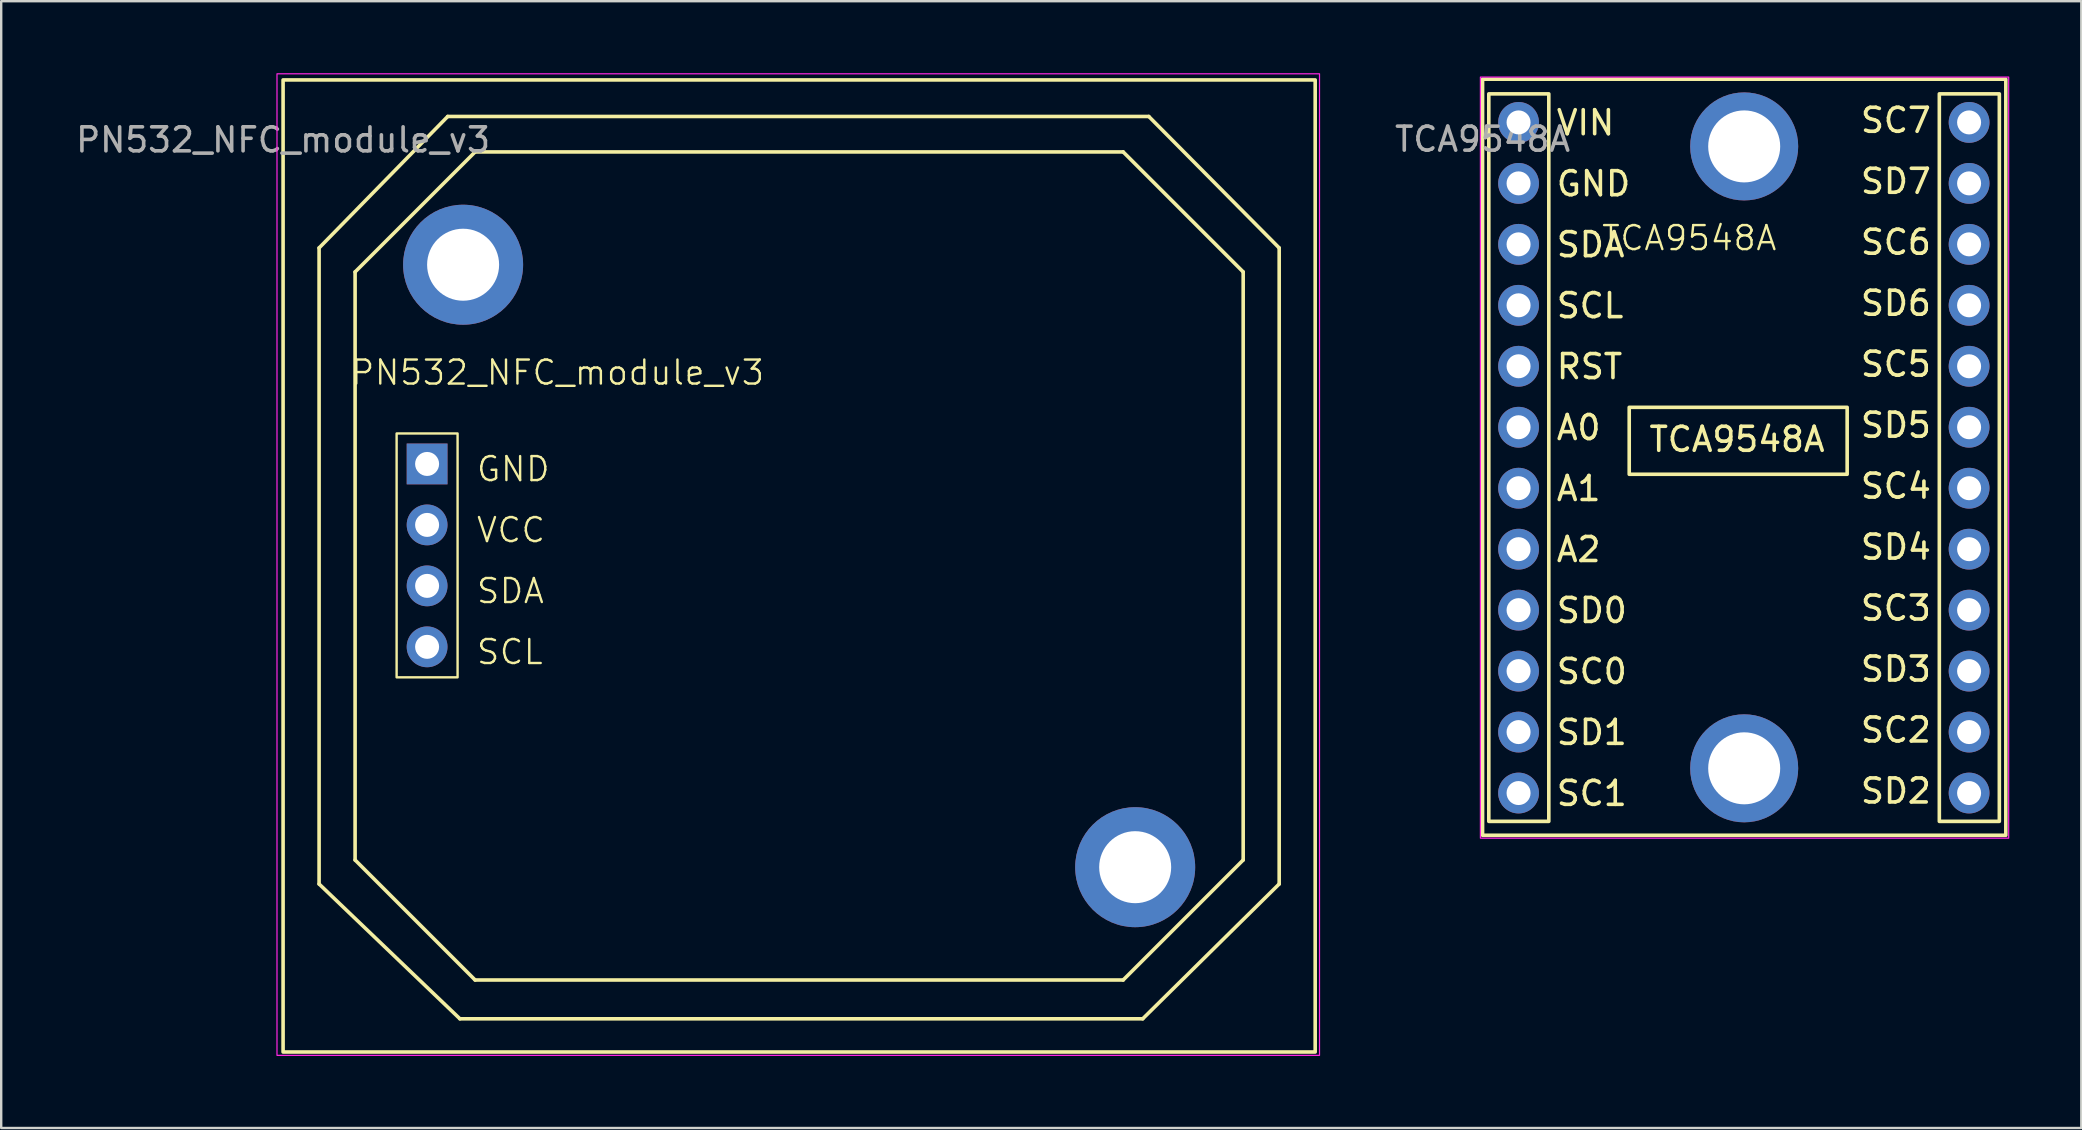
<source format=kicad_pcb>
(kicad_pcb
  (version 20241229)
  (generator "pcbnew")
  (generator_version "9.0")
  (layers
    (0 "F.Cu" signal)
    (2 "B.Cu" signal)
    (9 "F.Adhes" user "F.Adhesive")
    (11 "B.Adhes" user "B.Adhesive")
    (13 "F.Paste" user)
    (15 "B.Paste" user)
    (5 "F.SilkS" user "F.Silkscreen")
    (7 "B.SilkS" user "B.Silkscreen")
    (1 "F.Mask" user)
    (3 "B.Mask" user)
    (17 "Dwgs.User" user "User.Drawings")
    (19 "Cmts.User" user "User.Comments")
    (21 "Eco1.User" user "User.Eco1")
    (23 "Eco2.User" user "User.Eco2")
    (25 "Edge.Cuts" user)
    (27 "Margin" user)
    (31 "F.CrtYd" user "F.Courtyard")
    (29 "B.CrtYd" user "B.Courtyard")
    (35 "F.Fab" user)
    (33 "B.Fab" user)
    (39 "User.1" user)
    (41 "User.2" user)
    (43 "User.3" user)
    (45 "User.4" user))
  (footprint "TCA9548A"
    (layer "F.Cu")
    (at 58.717 0.25)
    (property "Reference" "TCA9548A" (at 8.61 6.62 0) (unlocked yes) (layer "F.SilkS") (effects (font (size 1 1) (thickness 0.1))))
    (attr through_hole)
    (fp_rect (start 0 0) (end 21.8 31.5) (stroke (width 0.15) (type default)) (fill no) (layer "F.SilkS"))
    (fp_rect (start 0.26 0.61) (end 2.76 30.92) (stroke (width 0.15) (type default)) (fill no) (layer "F.SilkS"))
    (fp_rect (start 19.03 0.61) (end 21.53 30.92) (stroke (width 0.15) (type default)) (fill no) (layer "F.SilkS"))
    (fp_circle (center 10.893 2.81) (end 12.533 4.68) (stroke (width 0.1) (type default)) (fill no) (layer "Margin"))
    (fp_circle (center 10.9 28.713) (end 12.54 30.583) (stroke (width 0.1) (type default)) (fill no) (layer "Margin"))
    (fp_rect (start -0.09 -0.09) (end 21.92 31.62) (stroke (width 0.05) (type default)) (fill no) (layer "F.CrtYd"))
    (fp_text user "SD0" (at 3 22.72 0) (unlocked yes) (layer "F.SilkS") (effects (font (size 1 1) (thickness 0.15)) (justify left bottom)))
    (fp_text user "SD3" (at 15.67 25.16 0) (unlocked yes) (layer "F.SilkS") (effects (font (size 1 1) (thickness 0.15)) (justify left bottom)))
    (fp_text user "SC7" (at 15.67 2.3 0) (unlocked yes) (layer "F.SilkS") (effects (font (size 1 1) (thickness 0.15)) (justify left bottom)))
    (fp_text user "SC6" (at 15.67 7.38 0) (unlocked yes) (layer "F.SilkS") (effects (font (size 1 1) (thickness 0.15)) (justify left bottom)))
    (fp_text user "GND" (at 3 4.94 0) (unlocked yes) (layer "F.SilkS") (effects (font (size 1 1) (thickness 0.15)) (justify left bottom)))
    (fp_text user "A1" (at 3 17.64 0) (unlocked yes) (layer "F.SilkS") (effects (font (size 1 1) (thickness 0.15)) (justify left bottom)))
    (fp_text user "SC3" (at 15.67 22.62 0) (unlocked yes) (layer "F.SilkS") (effects (font (size 1 1) (thickness 0.15)) (justify left bottom)))
    (fp_text user "A0" (at 3 15.1 0) (unlocked yes) (layer "F.SilkS") (effects (font (size 1 1) (thickness 0.15)) (justify left bottom)))
    (fp_text user "SD4" (at 15.67 20.08 0) (unlocked yes) (layer "F.SilkS") (effects (font (size 1 1) (thickness 0.15)) (justify left bottom)))
    (fp_text user "RST" (at 3 12.56 0) (unlocked yes) (layer "F.SilkS") (effects (font (size 1 1) (thickness 0.15)) (justify left bottom)))
    (fp_text user "SDA" (at 3 7.48 0) (unlocked yes) (layer "F.SilkS") (effects (font (size 1 1) (thickness 0.15)) (justify left bottom)))
    (fp_text user "SCL" (at 3 10.02 0) (unlocked yes) (layer "F.SilkS") (effects (font (size 1 1) (thickness 0.15)) (justify left bottom)))
    (fp_text user "SD7" (at 15.67 4.84 0) (unlocked yes) (layer "F.SilkS") (effects (font (size 1 1) (thickness 0.15)) (justify left bottom)))
    (fp_text user "SC1" (at 3 30.34 0) (unlocked yes) (layer "F.SilkS") (effects (font (size 1 1) (thickness 0.15)) (justify left bottom)))
    (fp_text user "SC5" (at 15.67 12.46 0) (unlocked yes) (layer "F.SilkS") (effects (font (size 1 1) (thickness 0.15)) (justify left bottom)))
    (fp_text user "VIN" (at 3 2.4 0) (unlocked yes) (layer "F.SilkS") (effects (font (size 1 1) (thickness 0.15)) (justify left bottom)))
    (fp_text user "SC0" (at 3 25.26 0) (unlocked yes) (layer "F.SilkS") (effects (font (size 1 1) (thickness 0.15)) (justify left bottom)))
    (fp_text user "SC2" (at 15.67 27.7 0) (unlocked yes) (layer "F.SilkS") (effects (font (size 1 1) (thickness 0.15)) (justify left bottom)))
    (fp_text user "SD5" (at 15.67 15 0) (unlocked yes) (layer "F.SilkS") (effects (font (size 1 1) (thickness 0.15)) (justify left bottom)))
    (fp_text user "SD2" (at 15.67 30.24 0) (unlocked yes) (layer "F.SilkS") (effects (font (size 1 1) (thickness 0.15)) (justify left bottom)))
    (fp_text user "SD6" (at 15.67 9.92 0) (unlocked yes) (layer "F.SilkS") (effects (font (size 1 1) (thickness 0.15)) (justify left bottom)))
    (fp_text user "A2" (at 3 20.18 0) (unlocked yes) (layer "F.SilkS") (effects (font (size 1 1) (thickness 0.15)) (justify left bottom)))
    (fp_text user "SC4" (at 15.67 17.54 0) (unlocked yes) (layer "F.SilkS") (effects (font (size 1 1) (thickness 0.15)) (justify left bottom)))
    (fp_text user "SD1" (at 3 27.8 0) (unlocked yes) (layer "F.SilkS") (effects (font (size 1 1) (thickness 0.15)) (justify left bottom)))
    (fp_text user "${REFERENCE}" (at 0 2.5 0) (unlocked yes) (layer "F.Fab") (effects (font (size 1 1) (thickness 0.15))))
    (fp_text_box "TCA9548A" (start 6.11 13.67) (end 15.19 16.46) (margins 0.825 0.825 0.825 0.825) (layer "F.SilkS") (effects (font (size 1 1) (thickness 0.15)) (justify left top)) (border yes) (stroke (width 0.15) (type solid)))
    (pad "" thru_hole circle (at 10.9 2.8) (size 4.5 4.5) (drill 3) (layers "*.Cu" "*.Mask"))
    (pad "" thru_hole circle (at 10.9 28.71) (size 4.5 4.5) (drill 3) (layers "*.Cu" "*.Mask"))
    (pad "1" thru_hole oval (at 1.5 1.8) (size 1.7 1.7) (drill 1) (layers "*.Cu" "*.Mask"))
    (pad "2" thru_hole oval (at 1.5 4.34) (size 1.7 1.7) (drill 1) (layers "*.Cu" "*.Mask"))
    (pad "3" thru_hole oval (at 1.5 6.88) (size 1.7 1.7) (drill 1) (layers "*.Cu" "*.Mask"))
    (pad "4" thru_hole oval (at 1.5 9.42) (size 1.7 1.7) (drill 1) (layers "*.Cu" "*.Mask"))
    (pad "5" thru_hole oval (at 1.5 11.96) (size 1.7 1.7) (drill 1) (layers "*.Cu" "*.Mask"))
    (pad "6" thru_hole oval (at 1.5 14.5) (size 1.7 1.7) (drill 1) (layers "*.Cu" "*.Mask"))
    (pad "7" thru_hole oval (at 1.5 17.04) (size 1.7 1.7) (drill 1) (layers "*.Cu" "*.Mask"))
    (pad "8" thru_hole oval (at 1.5 19.58) (size 1.7 1.7) (drill 1) (layers "*.Cu" "*.Mask"))
    (pad "9" thru_hole oval (at 1.5 22.12) (size 1.7 1.7) (drill 1) (layers "*.Cu" "*.Mask"))
    (pad "10" thru_hole oval (at 1.5 24.66) (size 1.7 1.7) (drill 1) (layers "*.Cu" "*.Mask"))
    (pad "11" thru_hole oval (at 1.5 27.2) (size 1.7 1.7) (drill 1) (layers "*.Cu" "*.Mask"))
    (pad "12" thru_hole oval (at 1.5 29.74) (size 1.7 1.7) (drill 1) (layers "*.Cu" "*.Mask"))
    (pad "13" thru_hole oval (at 20.27 29.74) (size 1.7 1.7) (drill 1) (layers "*.Cu" "*.Mask"))
    (pad "14" thru_hole oval (at 20.27 27.2) (size 1.7 1.7) (drill 1) (layers "*.Cu" "*.Mask"))
    (pad "15" thru_hole oval (at 20.27 24.66) (size 1.7 1.7) (drill 1) (layers "*.Cu" "*.Mask"))
    (pad "16" thru_hole oval (at 20.27 22.12) (size 1.7 1.7) (drill 1) (layers "*.Cu" "*.Mask"))
    (pad "17" thru_hole oval (at 20.27 19.58) (size 1.7 1.7) (drill 1) (layers "*.Cu" "*.Mask"))
    (pad "18" thru_hole oval (at 20.27 17.04) (size 1.7 1.7) (drill 1) (layers "*.Cu" "*.Mask"))
    (pad "19" thru_hole oval (at 20.27 14.5) (size 1.7 1.7) (drill 1) (layers "*.Cu" "*.Mask"))
    (pad "20" thru_hole oval (at 20.27 11.96) (size 1.7 1.7) (drill 1) (layers "*.Cu" "*.Mask"))
    (pad "21" thru_hole oval (at 20.27 9.42) (size 1.7 1.7) (drill 1) (layers "*.Cu" "*.Mask"))
    (pad "22" thru_hole oval (at 20.27 6.88) (size 1.7 1.7) (drill 1) (layers "*.Cu" "*.Mask"))
    (pad "23" thru_hole oval (at 20.27 4.34) (size 1.7 1.7) (drill 1) (layers "*.Cu" "*.Mask"))
    (pad "24" thru_hole oval (at 20.27 1.8) (size 1.7 1.7) (drill 1) (layers "*.Cu" "*.Mask")))
  (footprint "PN532_NFC_module_v3"
    (layer "F.Cu")
    (at 8.744 0.279)
    (property "Reference" "PN532_NFC_module_v3" (at 11.43 12.192 0) (unlocked yes) (layer "F.SilkS") (effects (font (size 1 1) (thickness 0.1))))
    (attr smd)
    (fp_line (start 1.5 7) (end 1.5 33.5) (stroke (width 0.15) (type default)) (layer "F.SilkS"))
    (fp_line (start 1.5 7) (end 6.858 1.524) (stroke (width 0.15) (type default)) (layer "F.SilkS"))
    (fp_line (start 1.5 33.5) (end 7.366 39.116) (stroke (width 0.15) (type default)) (layer "F.SilkS"))
    (fp_line (start 3 8) (end 3 32.5) (stroke (width 0.15) (type default)) (layer "F.SilkS"))
    (fp_line (start 3 32.5) (end 8 37.5) (stroke (width 0.15) (type default)) (layer "F.SilkS"))
    (fp_line (start 6.858 1.524) (end 36.068 1.524) (stroke (width 0.15) (type default)) (layer "F.SilkS"))
    (fp_line (start 7.366 39.116) (end 35.814 39.116) (stroke (width 0.15) (type default)) (layer "F.SilkS"))
    (fp_line (start 8 3) (end 3 8) (stroke (width 0.15) (type default)) (layer "F.SilkS"))
    (fp_line (start 8 3) (end 35 3) (stroke (width 0.15) (type default)) (layer "F.SilkS"))
    (fp_line (start 8 37.5) (end 35 37.5) (stroke (width 0.15) (type default)) (layer "F.SilkS"))
    (fp_line (start 35 3) (end 40 8) (stroke (width 0.15) (type default)) (layer "F.SilkS"))
    (fp_line (start 36.068 1.524) (end 41.5 7) (stroke (width 0.15) (type default)) (layer "F.SilkS"))
    (fp_line (start 40 8) (end 40 32.5) (stroke (width 0.15) (type default)) (layer "F.SilkS"))
    (fp_line (start 40 32.5) (end 35 37.5) (stroke (width 0.15) (type default)) (layer "F.SilkS"))
    (fp_line (start 41.5 7) (end 41.5 33.5) (stroke (width 0.15) (type default)) (layer "F.SilkS"))
    (fp_line (start 41.5 33.5) (end 35.814 39.116) (stroke (width 0.15) (type default)) (layer "F.SilkS"))
    (fp_rect (start 0 0) (end 43 40.5) (stroke (width 0.15) (type solid)) (fill no) (layer "F.SilkS"))
    (fp_rect (start 4.73 14.73) (end 7.27 24.89) (stroke (width 0.1) (type default)) (fill no) (layer "F.SilkS"))
    (fp_rect (start -0.254 -0.254) (end 43.18 40.64) (stroke (width 0.05) (type default)) (fill no) (layer "F.CrtYd"))
    (fp_text user "VCC" (at 8 19.34 0) (unlocked yes) (layer "F.SilkS") (effects (font (size 1 1) (thickness 0.1)) (justify left bottom)))
    (fp_text user "GND" (at 8 16.8 0) (unlocked yes) (layer "F.SilkS") (effects (font (size 1 1) (thickness 0.1)) (justify left bottom)))
    (fp_text user "SCL" (at 8 24.42 0) (unlocked yes) (layer "F.SilkS") (effects (font (size 1 1) (thickness 0.1)) (justify left bottom)))
    (fp_text user "SDA" (at 8 21.88 0) (unlocked yes) (layer "F.SilkS") (effects (font (size 1 1) (thickness 0.1)) (justify left bottom)))
    (fp_text user "${REFERENCE}" (at 0 2.5 0) (unlocked yes) (layer "F.Fab") (effects (font (size 1 1) (thickness 0.15))))
    (pad "" thru_hole circle (at 7.5 7.7) (size 5 5) (drill 3) (layers "*.Cu" "*.Mask"))
    (pad "" thru_hole circle (at 35.5 32.8) (size 5 5) (drill 3) (layers "*.Cu" "*.Mask"))
    (pad "1" thru_hole rect (at 6 16) (size 1.7 1.7) (drill 1) (layers "*.Cu" "*.Mask"))
    (pad "2" thru_hole oval (at 6 18.54) (size 1.7 1.7) (drill 1) (layers "*.Cu" "*.Mask"))
    (pad "3" thru_hole oval (at 6 21.08) (size 1.7 1.7) (drill 1) (layers "*.Cu" "*.Mask"))
    (pad "4" thru_hole oval (at 6 23.62) (size 1.7 1.7) (drill 1) (layers "*.Cu" "*.Mask")))
  (gr_rect
    (start -3 -3)
    (end 83.662 43.944)
    (stroke (width 0.1) (type default))
    (fill no)
    (layer "Edge.Cuts")))
</source>
